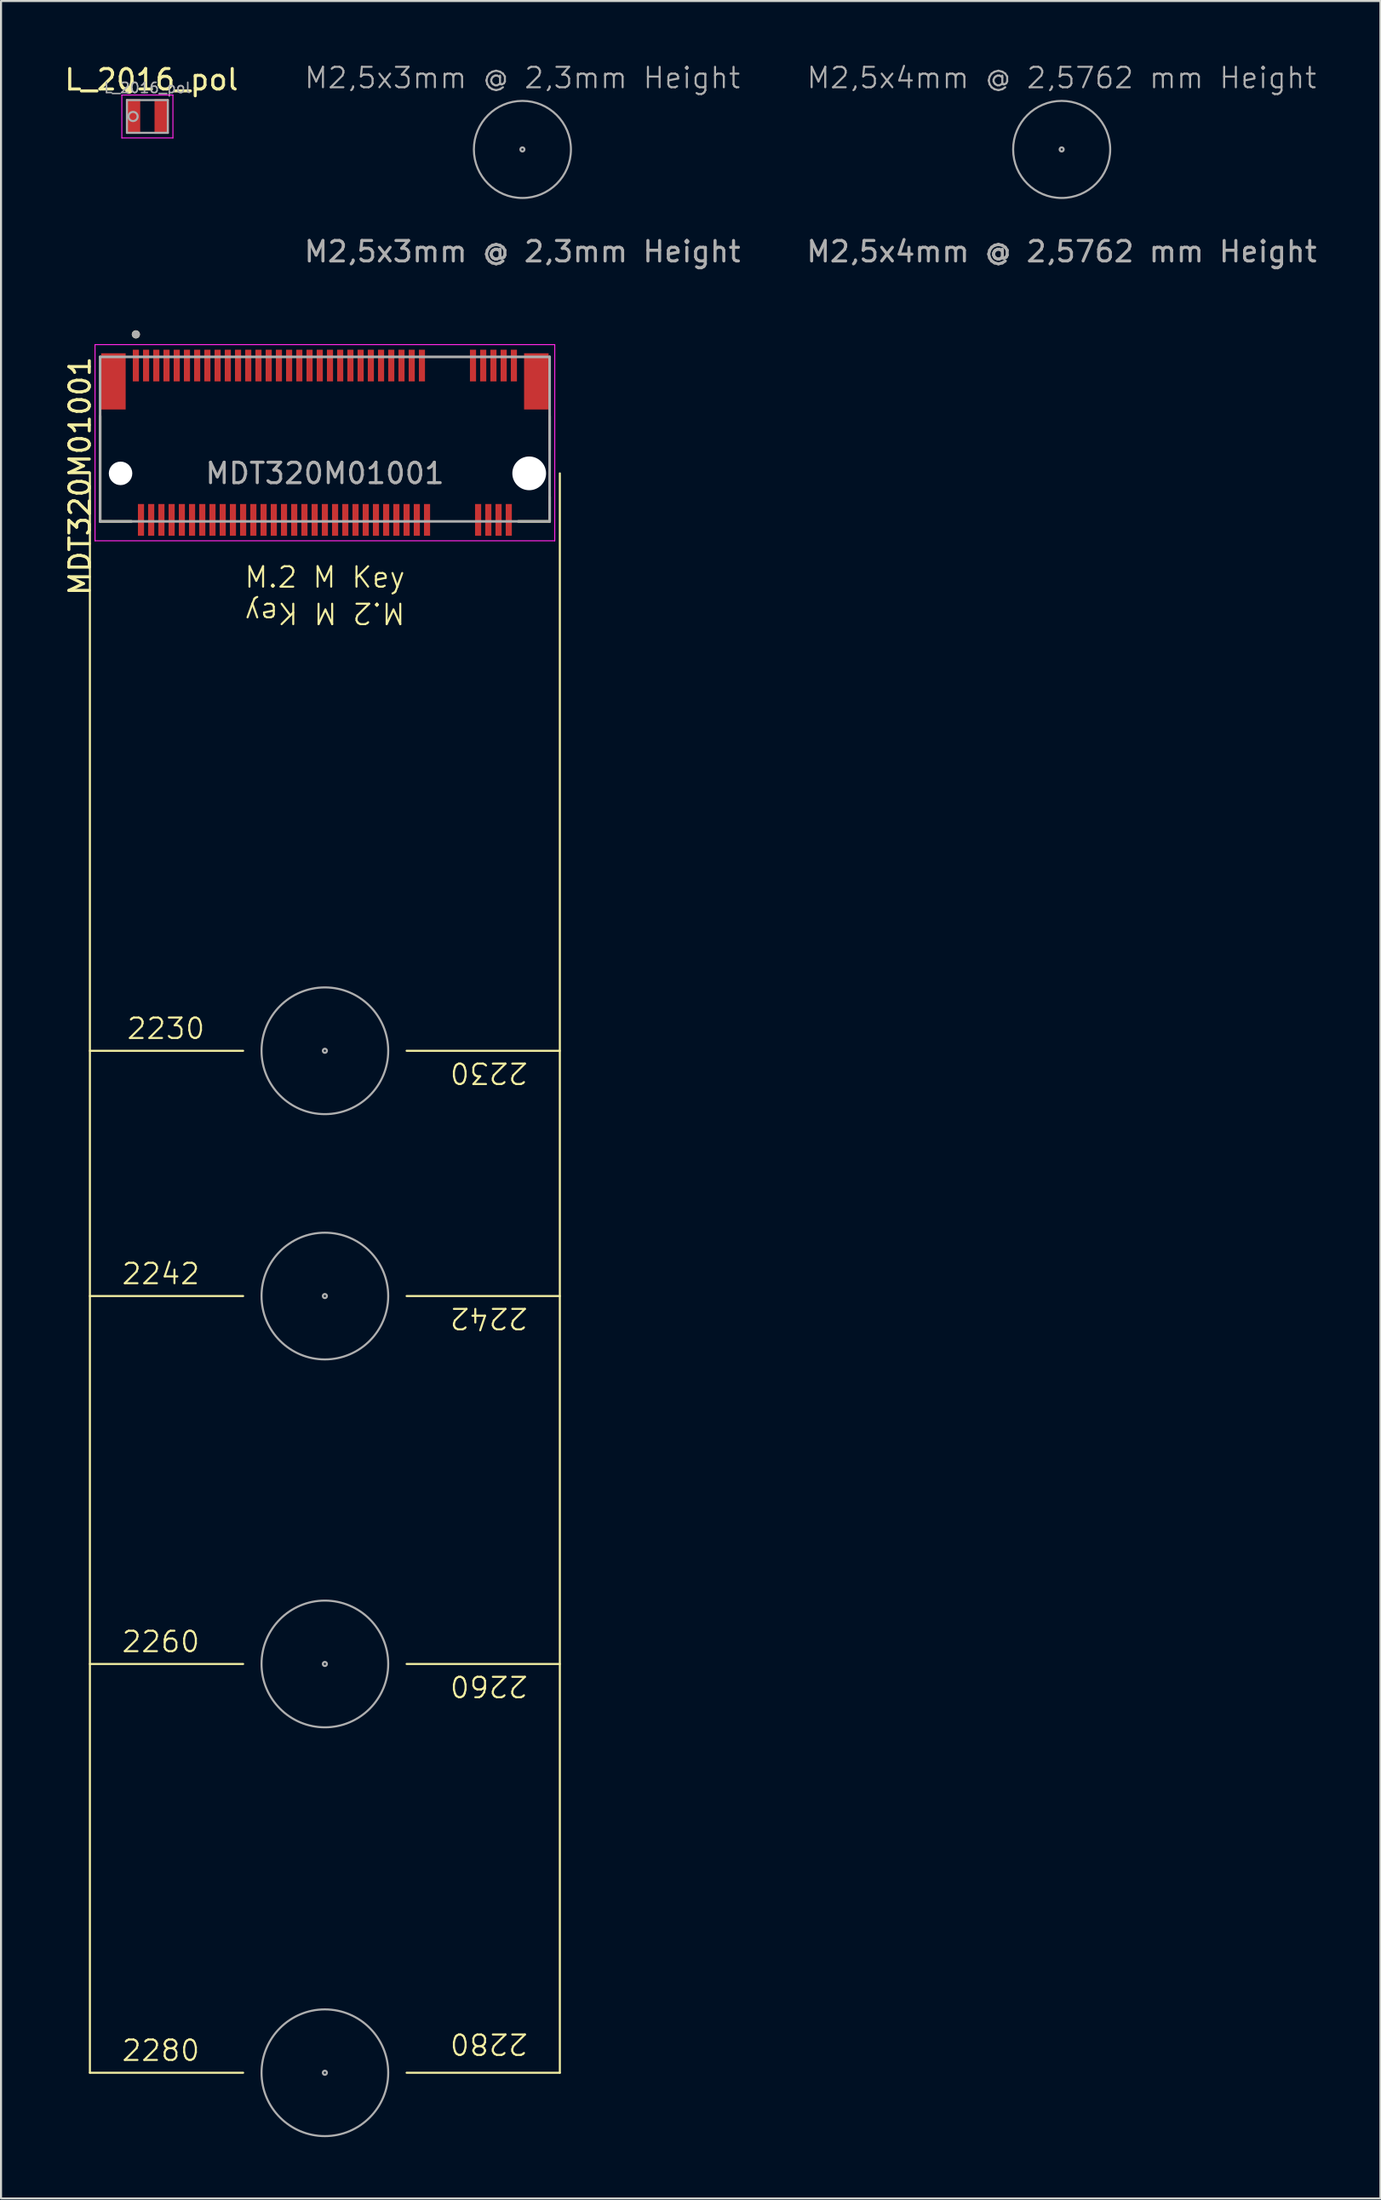
<source format=kicad_pcb>
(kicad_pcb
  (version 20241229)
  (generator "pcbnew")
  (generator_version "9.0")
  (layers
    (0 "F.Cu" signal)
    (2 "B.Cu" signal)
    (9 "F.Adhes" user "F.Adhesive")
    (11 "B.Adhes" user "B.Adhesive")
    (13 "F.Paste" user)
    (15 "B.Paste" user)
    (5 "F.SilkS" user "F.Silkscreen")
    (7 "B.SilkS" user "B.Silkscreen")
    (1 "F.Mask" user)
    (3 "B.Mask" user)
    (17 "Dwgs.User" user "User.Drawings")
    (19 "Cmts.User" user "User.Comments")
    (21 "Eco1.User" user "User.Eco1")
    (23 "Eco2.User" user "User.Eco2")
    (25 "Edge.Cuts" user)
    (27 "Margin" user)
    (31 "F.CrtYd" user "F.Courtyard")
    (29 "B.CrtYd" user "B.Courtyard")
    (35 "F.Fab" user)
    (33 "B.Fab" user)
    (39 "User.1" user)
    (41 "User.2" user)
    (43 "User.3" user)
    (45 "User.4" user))
  (footprint "M2,5x3mm @ 2,3mm Height"
    (layer "F.Cu")
    (at 22.518 4.261)
    (property "Reference" "M2,5x3mm @ 2,3mm Height" (at 0 -3.5 0) (unlocked yes) (layer "F.Fab") (effects (font (size 1 1) (thickness 0.1))))
    (attr smd)
    (fp_circle (center 0 0) (end 0.1 0) (stroke (width 0.1) (type solid)) (fill no) (layer "F.Fab"))
    (fp_circle (center 0 0) (end 2.375 0) (stroke (width 0.1) (type solid)) (fill no) (layer "F.Fab"))
    (fp_text user "${REFERENCE}" (at 0 5 0) (unlocked yes) (layer "F.Fab") (effects (font (size 1 1) (thickness 0.15)))))
  (footprint "L_2016_pol"
    (layer "F.Cu")
    (at 4.163 2.648)
    (property "Reference" "L_2016_pol" (at 0.2 -1.8 0) (layer "F.SilkS") (effects (font (size 1 1) (thickness 0.15))))
    (attr smd)
    (fp_circle (center -0.9 -1.3) (end -0.759 -1.3) (stroke (width 0.1) (type solid)) (fill yes) (layer "F.SilkS"))
    (fp_line (start -1.25 -1.05) (end -1.25 1.05) (stroke (width 0.05) (type solid)) (layer "F.CrtYd"))
    (fp_line (start -1.25 1.05) (end 1.25 1.05) (stroke (width 0.05) (type solid)) (layer "F.CrtYd"))
    (fp_line (start 1.25 -1.05) (end -1.25 -1.05) (stroke (width 0.05) (type solid)) (layer "F.CrtYd"))
    (fp_line (start 1.25 1.05) (end 1.25 -1.05) (stroke (width 0.05) (type solid)) (layer "F.CrtYd"))
    (fp_line (start -1 -0.8) (end -1 0.8) (stroke (width 0.1) (type solid)) (layer "F.Fab"))
    (fp_line (start -1 0.8) (end 1 0.8) (stroke (width 0.1) (type solid)) (layer "F.Fab"))
    (fp_line (start 1 -0.8) (end -1 -0.8) (stroke (width 0.1) (type solid)) (layer "F.Fab"))
    (fp_line (start 1 0.8) (end 1 -0.8) (stroke (width 0.1) (type solid)) (layer "F.Fab"))
    (fp_circle (center -0.7 0) (end -0.476 0) (stroke (width 0.1) (type solid)) (fill no) (layer "F.Fab"))
    (fp_text user "${REFERENCE}" (at 0 -1.4 0) (layer "F.Fab") (effects (font (size 0.5 0.5) (thickness 0.075))))
    (pad "1" smd rect (at -0.7 0) (size 0.7 1.7) (layers "F.Cu" "F.Mask" "F.Paste"))
    (pad "2" smd rect (at 0.7 0) (size 0.7 1.7) (layers "F.Cu" "F.Mask" "F.Paste")))
  (footprint "MDT320M01001"
    (layer "F.Cu")
    (at 12.85 20.109)
    (property "Reference" "MDT320M01001" (at -11.4 -5.8 90) (layer "F.SilkS") (effects (font (size 1 1) (thickness 0.15)) (justify right bottom)))
    (fp_line (start -11.5 0) (end -11.5 78.25) (stroke (width 0.1) (type default)) (layer "F.SilkS"))
    (fp_line (start -11.5 28.25) (end -4 28.25) (stroke (width 0.1) (type default)) (layer "F.SilkS"))
    (fp_line (start -11.5 40.25) (end -4 40.25) (stroke (width 0.1) (type default)) (layer "F.SilkS"))
    (fp_line (start -11.5 58.25) (end -4 58.25) (stroke (width 0.1) (type default)) (layer "F.SilkS"))
    (fp_line (start -11.5 78.25) (end -4 78.25) (stroke (width 0.1) (type default)) (layer "F.SilkS"))
    (fp_line (start -11 2.35) (end -11 -2.805) (stroke (width 0.127) (type solid)) (layer "F.SilkS"))
    (fp_line (start -9.47 2.35) (end -11 2.35) (stroke (width 0.127) (type solid)) (layer "F.SilkS"))
    (fp_line (start 4 28.25) (end 11.5 28.25) (stroke (width 0.1) (type default)) (layer "F.SilkS"))
    (fp_line (start 4 40.25) (end 11.5 40.25) (stroke (width 0.1) (type default)) (layer "F.SilkS"))
    (fp_line (start 4 58.25) (end 11.5 58.25) (stroke (width 0.1) (type default)) (layer "F.SilkS"))
    (fp_line (start 4 78.25) (end 11.5 78.25) (stroke (width 0.1) (type default)) (layer "F.SilkS"))
    (fp_line (start 11 -2.805) (end 11 -1.145) (stroke (width 0.127) (type solid)) (layer "F.SilkS"))
    (fp_line (start 11 2.35) (end 9.47 2.35) (stroke (width 0.127) (type solid)) (layer "F.SilkS"))
    (fp_line (start 11 2.35) (end 11 1.145) (stroke (width 0.127) (type solid)) (layer "F.SilkS"))
    (fp_line (start 11.5 78.25) (end 11.5 0) (stroke (width 0.1) (type default)) (layer "F.SilkS"))
    (fp_circle (center -9.25 -6.8) (end -9.15 -6.8) (stroke (width 0.2) (type solid)) (fill no) (layer "F.SilkS"))
    (fp_line (start -11.25 -6.3) (end -11.25 3.3) (stroke (width 0.05) (type solid)) (layer "F.CrtYd"))
    (fp_line (start -11.25 3.3) (end 11.25 3.3) (stroke (width 0.05) (type solid)) (layer "F.CrtYd"))
    (fp_line (start 11.25 -6.3) (end -11.25 -6.3) (stroke (width 0.05) (type solid)) (layer "F.CrtYd"))
    (fp_line (start 11.25 3.3) (end 11.25 -6.3) (stroke (width 0.05) (type solid)) (layer "F.CrtYd"))
    (fp_line (start -11 -5.7) (end 11 -5.7) (stroke (width 0.127) (type solid)) (layer "F.Fab"))
    (fp_line (start -11 2.35) (end -11 -5.7) (stroke (width 0.127) (type solid)) (layer "F.Fab"))
    (fp_line (start 11 -5.7) (end 11 2.35) (stroke (width 0.127) (type solid)) (layer "F.Fab"))
    (fp_line (start 11 2.35) (end -11 2.35) (stroke (width 0.127) (type solid)) (layer "F.Fab"))
    (fp_circle (center -9.25 -6.8) (end -9.15 -6.8) (stroke (width 0.2) (type solid)) (fill no) (layer "F.Fab"))
    (fp_circle (center 0 28.25) (end 0.1 28.25) (stroke (width 0.1) (type solid)) (fill no) (layer "F.Fab"))
    (fp_circle (center 0 28.25) (end 3.1 28.25) (stroke (width 0.1) (type solid)) (fill no) (layer "F.Fab"))
    (fp_circle (center 0 40.25) (end 0.1 40.25) (stroke (width 0.1) (type solid)) (fill no) (layer "F.Fab"))
    (fp_circle (center 0 40.25) (end 3.1 40.25) (stroke (width 0.1) (type solid)) (fill no) (layer "F.Fab"))
    (fp_circle (center 0 58.25) (end 0.1 58.25) (stroke (width 0.1) (type solid)) (fill no) (layer "F.Fab"))
    (fp_circle (center 0 58.25) (end 3.1 58.25) (stroke (width 0.1) (type solid)) (fill no) (layer "F.Fab"))
    (fp_circle (center 0 78.25) (end 0.1 78.25) (stroke (width 0.1) (type solid)) (fill no) (layer "F.Fab"))
    (fp_circle (center 0 78.25) (end 3.1 78.25) (stroke (width 0.1) (type solid)) (fill no) (layer "F.Fab"))
    (fp_text user "2242" (at 10 40.75 180) (unlocked yes) (layer "F.SilkS") (effects (font (size 1 1) (thickness 0.1)) (justify left bottom)))
    (fp_text user "2260" (at 10 58.75 180) (unlocked yes) (layer "F.SilkS") (effects (font (size 1 1) (thickness 0.1)) (justify left bottom)))
    (fp_text user "M.2 M Key" (at 0 6.25 180) (unlocked yes) (layer "F.SilkS") (effects (font (size 1 1) (thickness 0.1)) (justify bottom)))
    (fp_text user "2230" (at 10 28.75 180) (unlocked yes) (layer "F.SilkS") (effects (font (size 1 1) (thickness 0.1)) (justify left bottom)))
    (fp_text user "M.2 M Key" (at 0 4.5 0) (unlocked yes) (layer "F.SilkS") (effects (font (size 1 1) (thickness 0.1)) (justify top)))
    (fp_text user "2280" (at 10 76.25 180) (unlocked yes) (layer "F.SilkS") (effects (font (size 1 1) (thickness 0.1)) (justify left bottom)))
    (fp_text user "2280" (at -10 77.75 0) (unlocked yes) (layer "F.SilkS") (effects (font (size 1 1) (thickness 0.1)) (justify left bottom)))
    (fp_text user "2230" (at -9.75 27.75 0) (unlocked yes) (layer "F.SilkS") (effects (font (size 1 1) (thickness 0.1)) (justify left bottom)))
    (fp_text user "2260" (at -10 57.75 0) (unlocked yes) (layer "F.SilkS") (effects (font (size 1 1) (thickness 0.1)) (justify left bottom)))
    (fp_text user "2242" (at -10 39.75 0) (unlocked yes) (layer "F.SilkS") (effects (font (size 1 1) (thickness 0.1)) (justify left bottom)))
    (fp_text user "${REFERENCE}" (at 0 0 0) (unlocked yes) (layer "F.Fab") (effects (font (size 1 1) (thickness 0.15))))
    (pad "" np_thru_hole circle (at -10 0) (size 1.15 1.15) (drill 1.15) (layers "*.Cu" "*.Mask"))
    (pad "" np_thru_hole circle (at 10 0) (size 1.65 1.65) (drill 1.65) (layers "*.Cu" "*.Mask"))
    (pad "1" smd rect (at -9.25 -5.275) (size 0.3 1.55) (layers "F.Cu" "F.Mask" "F.Paste"))
    (pad "2" smd rect (at -9 2.275) (size 0.3 1.55) (layers "F.Cu" "F.Mask" "F.Paste"))
    (pad "3" smd rect (at -8.75 -5.275) (size 0.3 1.55) (layers "F.Cu" "F.Mask" "F.Paste"))
    (pad "4" smd rect (at -8.5 2.275) (size 0.3 1.55) (layers "F.Cu" "F.Mask" "F.Paste"))
    (pad "5" smd rect (at -8.25 -5.275) (size 0.3 1.55) (layers "F.Cu" "F.Mask" "F.Paste"))
    (pad "6" smd rect (at -8 2.275) (size 0.3 1.55) (layers "F.Cu" "F.Mask" "F.Paste"))
    (pad "7" smd rect (at -7.75 -5.275) (size 0.3 1.55) (layers "F.Cu" "F.Mask" "F.Paste"))
    (pad "8" smd rect (at -7.5 2.275) (size 0.3 1.55) (layers "F.Cu" "F.Mask" "F.Paste"))
    (pad "9" smd rect (at -7.25 -5.275) (size 0.3 1.55) (layers "F.Cu" "F.Mask" "F.Paste"))
    (pad "10" smd rect (at -7 2.275) (size 0.3 1.55) (layers "F.Cu" "F.Mask" "F.Paste"))
    (pad "11" smd rect (at -6.75 -5.275) (size 0.3 1.55) (layers "F.Cu" "F.Mask" "F.Paste"))
    (pad "12" smd rect (at -6.5 2.275) (size 0.3 1.55) (layers "F.Cu" "F.Mask" "F.Paste"))
    (pad "13" smd rect (at -6.25 -5.275) (size 0.3 1.55) (layers "F.Cu" "F.Mask" "F.Paste"))
    (pad "14" smd rect (at -6 2.275) (size 0.3 1.55) (layers "F.Cu" "F.Mask" "F.Paste"))
    (pad "15" smd rect (at -5.75 -5.275) (size 0.3 1.55) (layers "F.Cu" "F.Mask" "F.Paste"))
    (pad "16" smd rect (at -5.5 2.275) (size 0.3 1.55) (layers "F.Cu" "F.Mask" "F.Paste"))
    (pad "17" smd rect (at -5.25 -5.275) (size 0.3 1.55) (layers "F.Cu" "F.Mask" "F.Paste"))
    (pad "18" smd rect (at -5 2.275) (size 0.3 1.55) (layers "F.Cu" "F.Mask" "F.Paste"))
    (pad "19" smd rect (at -4.75 -5.275) (size 0.3 1.55) (layers "F.Cu" "F.Mask" "F.Paste"))
    (pad "20" smd rect (at -4.5 2.275) (size 0.3 1.55) (layers "F.Cu" "F.Mask" "F.Paste"))
    (pad "21" smd rect (at -4.25 -5.275) (size 0.3 1.55) (layers "F.Cu" "F.Mask" "F.Paste"))
    (pad "22" smd rect (at -4 2.275) (size 0.3 1.55) (layers "F.Cu" "F.Mask" "F.Paste"))
    (pad "23" smd rect (at -3.75 -5.275) (size 0.3 1.55) (layers "F.Cu" "F.Mask" "F.Paste"))
    (pad "24" smd rect (at -3.5 2.275) (size 0.3 1.55) (layers "F.Cu" "F.Mask" "F.Paste"))
    (pad "25" smd rect (at -3.25 -5.275) (size 0.3 1.55) (layers "F.Cu" "F.Mask" "F.Paste"))
    (pad "26" smd rect (at -3 2.275) (size 0.3 1.55) (layers "F.Cu" "F.Mask" "F.Paste"))
    (pad "27" smd rect (at -2.75 -5.275) (size 0.3 1.55) (layers "F.Cu" "F.Mask" "F.Paste"))
    (pad "28" smd rect (at -2.5 2.275) (size 0.3 1.55) (layers "F.Cu" "F.Mask" "F.Paste"))
    (pad "29" smd rect (at -2.25 -5.275) (size 0.3 1.55) (layers "F.Cu" "F.Mask" "F.Paste"))
    (pad "30" smd rect (at -2 2.275) (size 0.3 1.55) (layers "F.Cu" "F.Mask" "F.Paste"))
    (pad "31" smd rect (at -1.75 -5.275) (size 0.3 1.55) (layers "F.Cu" "F.Mask" "F.Paste"))
    (pad "32" smd rect (at -1.5 2.275) (size 0.3 1.55) (layers "F.Cu" "F.Mask" "F.Paste"))
    (pad "33" smd rect (at -1.25 -5.275) (size 0.3 1.55) (layers "F.Cu" "F.Mask" "F.Paste"))
    (pad "34" smd rect (at -1 2.275) (size 0.3 1.55) (layers "F.Cu" "F.Mask" "F.Paste"))
    (pad "35" smd rect (at -0.75 -5.275) (size 0.3 1.55) (layers "F.Cu" "F.Mask" "F.Paste"))
    (pad "36" smd rect (at -0.5 2.275) (size 0.3 1.55) (layers "F.Cu" "F.Mask" "F.Paste"))
    (pad "37" smd rect (at -0.25 -5.275) (size 0.3 1.55) (layers "F.Cu" "F.Mask" "F.Paste"))
    (pad "38" smd rect (at 0 2.275) (size 0.3 1.55) (layers "F.Cu" "F.Mask" "F.Paste"))
    (pad "39" smd rect (at 0.25 -5.275) (size 0.3 1.55) (layers "F.Cu" "F.Mask" "F.Paste"))
    (pad "40" smd rect (at 0.5 2.275) (size 0.3 1.55) (layers "F.Cu" "F.Mask" "F.Paste"))
    (pad "41" smd rect (at 0.75 -5.275) (size 0.3 1.55) (layers "F.Cu" "F.Mask" "F.Paste"))
    (pad "42" smd rect (at 1 2.275) (size 0.3 1.55) (layers "F.Cu" "F.Mask" "F.Paste"))
    (pad "43" smd rect (at 1.25 -5.275) (size 0.3 1.55) (layers "F.Cu" "F.Mask" "F.Paste"))
    (pad "44" smd rect (at 1.5 2.275) (size 0.3 1.55) (layers "F.Cu" "F.Mask" "F.Paste"))
    (pad "45" smd rect (at 1.75 -5.275) (size 0.3 1.55) (layers "F.Cu" "F.Mask" "F.Paste"))
    (pad "46" smd rect (at 2 2.275) (size 0.3 1.55) (layers "F.Cu" "F.Mask" "F.Paste"))
    (pad "47" smd rect (at 2.25 -5.275) (size 0.3 1.55) (layers "F.Cu" "F.Mask" "F.Paste"))
    (pad "48" smd rect (at 2.5 2.275) (size 0.3 1.55) (layers "F.Cu" "F.Mask" "F.Paste"))
    (pad "49" smd rect (at 2.75 -5.275) (size 0.3 1.55) (layers "F.Cu" "F.Mask" "F.Paste"))
    (pad "50" smd rect (at 3 2.275) (size 0.3 1.55) (layers "F.Cu" "F.Mask" "F.Paste"))
    (pad "51" smd rect (at 3.25 -5.275) (size 0.3 1.55) (layers "F.Cu" "F.Mask" "F.Paste"))
    (pad "52" smd rect (at 3.5 2.275) (size 0.3 1.55) (layers "F.Cu" "F.Mask" "F.Paste"))
    (pad "53" smd rect (at 3.75 -5.275) (size 0.3 1.55) (layers "F.Cu" "F.Mask" "F.Paste"))
    (pad "54" smd rect (at 4 2.275) (size 0.3 1.55) (layers "F.Cu" "F.Mask" "F.Paste"))
    (pad "55" smd rect (at 4.25 -5.275) (size 0.3 1.55) (layers "F.Cu" "F.Mask" "F.Paste"))
    (pad "56" smd rect (at 4.5 2.275) (size 0.3 1.55) (layers "F.Cu" "F.Mask" "F.Paste"))
    (pad "57" smd rect (at 4.75 -5.275) (size 0.3 1.55) (layers "F.Cu" "F.Mask" "F.Paste"))
    (pad "58" smd rect (at 5 2.275) (size 0.3 1.55) (layers "F.Cu" "F.Mask" "F.Paste"))
    (pad "67" smd rect (at 7.25 -5.275) (size 0.3 1.55) (layers "F.Cu" "F.Mask" "F.Paste"))
    (pad "68" smd rect (at 7.5 2.275) (size 0.3 1.55) (layers "F.Cu" "F.Mask" "F.Paste"))
    (pad "69" smd rect (at 7.75 -5.275) (size 0.3 1.55) (layers "F.Cu" "F.Mask" "F.Paste"))
    (pad "70" smd rect (at 8 2.275) (size 0.3 1.55) (layers "F.Cu" "F.Mask" "F.Paste"))
    (pad "71" smd rect (at 8.25 -5.275) (size 0.3 1.55) (layers "F.Cu" "F.Mask" "F.Paste"))
    (pad "72" smd rect (at 8.5 2.275) (size 0.3 1.55) (layers "F.Cu" "F.Mask" "F.Paste"))
    (pad "73" smd rect (at 8.75 -5.275) (size 0.3 1.55) (layers "F.Cu" "F.Mask" "F.Paste"))
    (pad "74" smd rect (at 9 2.275) (size 0.3 1.55) (layers "F.Cu" "F.Mask" "F.Paste"))
    (pad "75" smd rect (at 9.25 -5.275) (size 0.3 1.55) (layers "F.Cu" "F.Mask" "F.Paste"))
    (pad "S1" smd rect (at -10.35 -4.5) (size 1.2 2.75) (layers "F.Cu" "F.Mask" "F.Paste"))
    (pad "S2" smd rect (at 10.35 -4.5) (size 1.2 2.75) (layers "F.Cu" "F.Mask" "F.Paste")))
  (footprint "M2,5x4mm @ 2,5762 mm Height"
    (layer "F.Cu")
    (at 48.911 4.261)
    (property "Reference" "M2,5x4mm @ 2,5762 mm Height" (at 0 -3.5 0) (unlocked yes) (layer "F.Fab") (effects (font (size 1 1) (thickness 0.1))))
    (attr smd)
    (fp_circle (center 0 0) (end 0.1 0) (stroke (width 0.1) (type solid)) (fill no) (layer "F.Fab"))
    (fp_circle (center 0 0) (end 2.375 0) (stroke (width 0.1) (type solid)) (fill no) (layer "F.Fab"))
    (fp_text user "${REFERENCE}" (at 0 5 0) (unlocked yes) (layer "F.Fab") (effects (font (size 1 1) (thickness 0.15)))))
  (gr_rect
    (start -3 -3)
    (end 64.512 104.509)
    (stroke (width 0.1) (type default))
    (fill no)
    (layer "Edge.Cuts")))
</source>
